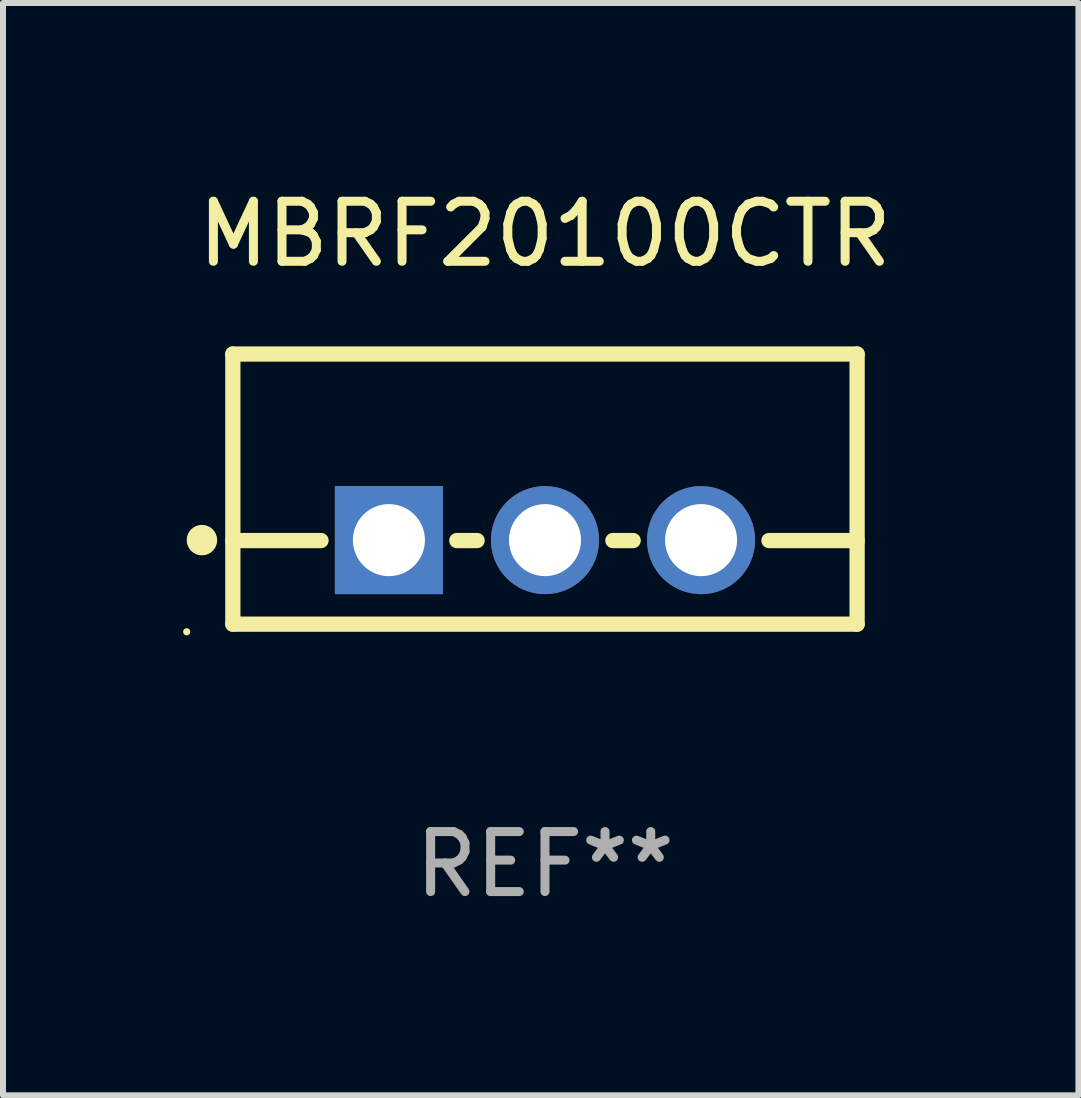
<source format=kicad_pcb>
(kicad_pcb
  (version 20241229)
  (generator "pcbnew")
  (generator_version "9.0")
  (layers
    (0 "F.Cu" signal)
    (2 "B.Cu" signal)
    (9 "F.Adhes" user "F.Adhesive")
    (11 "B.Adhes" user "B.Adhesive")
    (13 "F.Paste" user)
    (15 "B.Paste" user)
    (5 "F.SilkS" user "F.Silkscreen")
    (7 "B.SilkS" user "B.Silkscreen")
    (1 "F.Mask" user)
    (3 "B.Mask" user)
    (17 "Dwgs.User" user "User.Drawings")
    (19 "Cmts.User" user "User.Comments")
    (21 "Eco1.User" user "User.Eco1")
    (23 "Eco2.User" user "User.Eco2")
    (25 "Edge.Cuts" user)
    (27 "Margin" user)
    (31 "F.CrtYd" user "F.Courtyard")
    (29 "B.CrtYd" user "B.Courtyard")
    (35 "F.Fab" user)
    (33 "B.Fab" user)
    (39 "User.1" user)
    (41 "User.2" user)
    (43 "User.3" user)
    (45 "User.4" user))
  (footprint "MBRF20100CTR"
    (layer "F.Cu")
    (at 6.029 5.098)
    (property "Reference" "MBRF20100CTR" (at 0 -4.25 0) (layer "F.SilkS") (effects (font (size 1 1) (thickness 0.15))))
    (attr through_hole)
    (fp_line (start -5.2 -2.25) (end -5.2 2.25) (stroke (width 0.254) (type solid)) (layer "F.SilkS"))
    (fp_line (start -5.2 -2.25) (end 5.2 -2.25) (stroke (width 0.254) (type solid)) (layer "F.SilkS"))
    (fp_line (start -5.2 0.857) (end -3.731 0.857) (stroke (width 0.254) (type solid)) (layer "F.SilkS"))
    (fp_line (start -5.2 2.25) (end 5.2 2.25) (stroke (width 0.254) (type solid)) (layer "F.SilkS"))
    (fp_line (start -1.469 0.857) (end -1.131 0.857) (stroke (width 0.254) (type solid)) (layer "F.SilkS"))
    (fp_line (start 1.131 0.857) (end 1.469 0.857) (stroke (width 0.254) (type solid)) (layer "F.SilkS"))
    (fp_line (start 3.731 0.857) (end 5.2 0.857) (stroke (width 0.254) (type solid)) (layer "F.SilkS"))
    (fp_line (start 5.2 -2.25) (end 5.2 2.25) (stroke (width 0.254) (type solid)) (layer "F.SilkS"))
    (fp_circle (center -5.969 2.377) (end -5.939 2.377) (stroke (width 0.06) (type solid)) (fill no) (layer "F.SilkS"))
    (fp_circle (center -5.715 0.85) (end -5.588 0.85) (stroke (width 0.254) (type solid)) (fill no) (layer "F.SilkS"))
    (fp_text user "REF**" (at 0 6.25 0) (layer "F.Fab") (effects (font (size 1 1) (thickness 0.15))))
    (pad "1" thru_hole rect (at -2.6 0.85) (size 1.8 1.8) (drill 1.2) (layers "*.Cu" "*.Mask"))
    (pad "2" thru_hole circle (at 0 0.85) (size 1.8 1.8) (drill 1.2) (layers "*.Cu" "*.Mask"))
    (pad "3" thru_hole circle (at 2.6 0.85) (size 1.8 1.8) (drill 1.2) (layers "*.Cu" "*.Mask")))
  (gr_rect
    (start -3 -3)
    (end 14.916 15.197)
    (stroke (width 0.1) (type default))
    (fill no)
    (layer "Edge.Cuts")))
</source>
